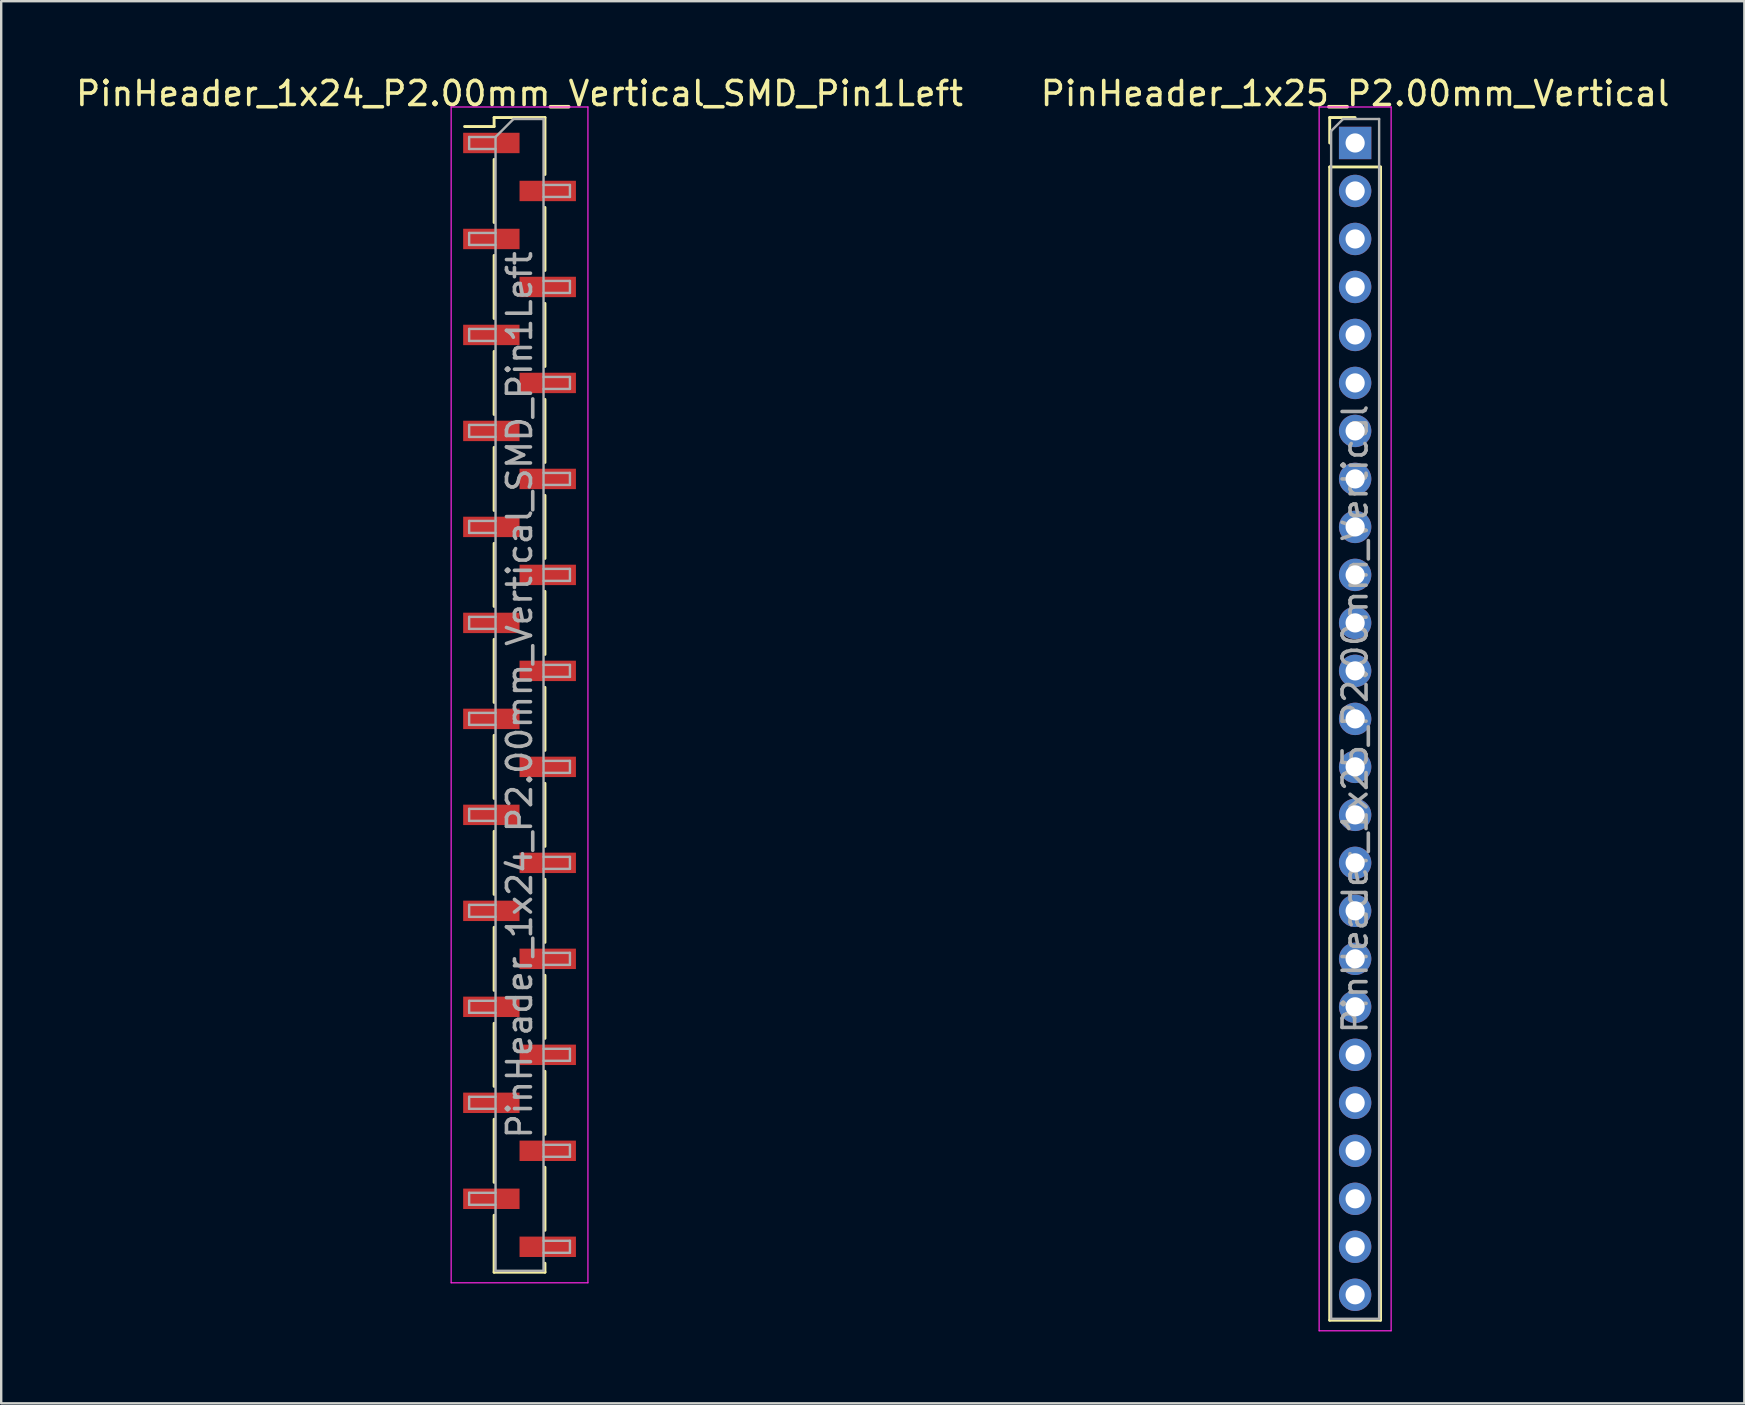
<source format=kicad_pcb>
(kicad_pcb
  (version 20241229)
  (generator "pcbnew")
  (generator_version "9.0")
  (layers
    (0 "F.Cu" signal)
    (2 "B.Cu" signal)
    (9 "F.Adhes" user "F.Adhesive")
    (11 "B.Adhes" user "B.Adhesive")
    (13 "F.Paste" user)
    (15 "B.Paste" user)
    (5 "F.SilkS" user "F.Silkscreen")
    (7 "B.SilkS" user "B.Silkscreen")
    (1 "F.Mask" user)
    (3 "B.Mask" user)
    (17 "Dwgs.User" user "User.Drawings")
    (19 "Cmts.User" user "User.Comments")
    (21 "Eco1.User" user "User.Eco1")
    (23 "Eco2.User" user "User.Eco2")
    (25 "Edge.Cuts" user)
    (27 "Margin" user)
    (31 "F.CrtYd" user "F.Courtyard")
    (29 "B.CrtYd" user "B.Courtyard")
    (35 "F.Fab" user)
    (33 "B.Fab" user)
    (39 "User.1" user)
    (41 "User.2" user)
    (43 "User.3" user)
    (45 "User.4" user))
  (footprint "PinHeader_1x25_P2.00mm_Vertical"
    (layer "F.Cu")
    (at 53.423 2.908)
    (property "Reference" "PinHeader_1x25_P2.00mm_Vertical" (at 0 -2.06 0) (layer "F.SilkS") (effects (font (size 1 1) (thickness 0.15))))
    (attr through_hole)
    (fp_line (start -1.06 -1.06) (end 0 -1.06) (stroke (width 0.12) (type solid)) (layer "F.SilkS"))
    (fp_line (start -1.06 0) (end -1.06 -1.06) (stroke (width 0.12) (type solid)) (layer "F.SilkS"))
    (fp_line (start -1.06 1) (end -1.06 49.06) (stroke (width 0.12) (type solid)) (layer "F.SilkS"))
    (fp_line (start -1.06 1) (end 1.06 1) (stroke (width 0.12) (type solid)) (layer "F.SilkS"))
    (fp_line (start -1.06 49.06) (end 1.06 49.06) (stroke (width 0.12) (type solid)) (layer "F.SilkS"))
    (fp_line (start 1.06 1) (end 1.06 49.06) (stroke (width 0.12) (type solid)) (layer "F.SilkS"))
    (fp_line (start -1.5 -1.5) (end -1.5 49.5) (stroke (width 0.05) (type solid)) (layer "F.CrtYd"))
    (fp_line (start -1.5 49.5) (end 1.5 49.5) (stroke (width 0.05) (type solid)) (layer "F.CrtYd"))
    (fp_line (start 1.5 -1.5) (end -1.5 -1.5) (stroke (width 0.05) (type solid)) (layer "F.CrtYd"))
    (fp_line (start 1.5 49.5) (end 1.5 -1.5) (stroke (width 0.05) (type solid)) (layer "F.CrtYd"))
    (fp_line (start -1 -0.5) (end -0.5 -1) (stroke (width 0.1) (type solid)) (layer "F.Fab"))
    (fp_line (start -1 49) (end -1 -0.5) (stroke (width 0.1) (type solid)) (layer "F.Fab"))
    (fp_line (start -0.5 -1) (end 1 -1) (stroke (width 0.1) (type solid)) (layer "F.Fab"))
    (fp_line (start 1 -1) (end 1 49) (stroke (width 0.1) (type solid)) (layer "F.Fab"))
    (fp_line (start 1 49) (end -1 49) (stroke (width 0.1) (type solid)) (layer "F.Fab"))
    (fp_text user "${REFERENCE}" (at 0 24 90) (layer "F.Fab") (effects (font (size 1 1) (thickness 0.15))))
    (pad "1" thru_hole rect (at 0 0) (size 1.35 1.35) (drill 0.8) (layers "*.Cu" "*.Mask"))
    (pad "2" thru_hole oval (at 0 2) (size 1.35 1.35) (drill 0.8) (layers "*.Cu" "*.Mask"))
    (pad "3" thru_hole oval (at 0 4) (size 1.35 1.35) (drill 0.8) (layers "*.Cu" "*.Mask"))
    (pad "4" thru_hole oval (at 0 6) (size 1.35 1.35) (drill 0.8) (layers "*.Cu" "*.Mask"))
    (pad "5" thru_hole oval (at 0 8) (size 1.35 1.35) (drill 0.8) (layers "*.Cu" "*.Mask"))
    (pad "6" thru_hole oval (at 0 10) (size 1.35 1.35) (drill 0.8) (layers "*.Cu" "*.Mask"))
    (pad "7" thru_hole oval (at 0 12) (size 1.35 1.35) (drill 0.8) (layers "*.Cu" "*.Mask"))
    (pad "8" thru_hole oval (at 0 14) (size 1.35 1.35) (drill 0.8) (layers "*.Cu" "*.Mask"))
    (pad "9" thru_hole oval (at 0 16) (size 1.35 1.35) (drill 0.8) (layers "*.Cu" "*.Mask"))
    (pad "10" thru_hole oval (at 0 18) (size 1.35 1.35) (drill 0.8) (layers "*.Cu" "*.Mask"))
    (pad "11" thru_hole oval (at 0 20) (size 1.35 1.35) (drill 0.8) (layers "*.Cu" "*.Mask"))
    (pad "12" thru_hole oval (at 0 22) (size 1.35 1.35) (drill 0.8) (layers "*.Cu" "*.Mask"))
    (pad "13" thru_hole oval (at 0 24) (size 1.35 1.35) (drill 0.8) (layers "*.Cu" "*.Mask"))
    (pad "14" thru_hole oval (at 0 26) (size 1.35 1.35) (drill 0.8) (layers "*.Cu" "*.Mask"))
    (pad "15" thru_hole oval (at 0 28) (size 1.35 1.35) (drill 0.8) (layers "*.Cu" "*.Mask"))
    (pad "16" thru_hole oval (at 0 30) (size 1.35 1.35) (drill 0.8) (layers "*.Cu" "*.Mask"))
    (pad "17" thru_hole oval (at 0 32) (size 1.35 1.35) (drill 0.8) (layers "*.Cu" "*.Mask"))
    (pad "18" thru_hole oval (at 0 34) (size 1.35 1.35) (drill 0.8) (layers "*.Cu" "*.Mask"))
    (pad "19" thru_hole oval (at 0 36) (size 1.35 1.35) (drill 0.8) (layers "*.Cu" "*.Mask"))
    (pad "20" thru_hole oval (at 0 38) (size 1.35 1.35) (drill 0.8) (layers "*.Cu" "*.Mask"))
    (pad "21" thru_hole oval (at 0 40) (size 1.35 1.35) (drill 0.8) (layers "*.Cu" "*.Mask"))
    (pad "22" thru_hole oval (at 0 42) (size 1.35 1.35) (drill 0.8) (layers "*.Cu" "*.Mask"))
    (pad "23" thru_hole oval (at 0 44) (size 1.35 1.35) (drill 0.8) (layers "*.Cu" "*.Mask"))
    (pad "24" thru_hole oval (at 0 46) (size 1.35 1.35) (drill 0.8) (layers "*.Cu" "*.Mask"))
    (pad "25" thru_hole oval (at 0 48) (size 1.35 1.35) (drill 0.8) (layers "*.Cu" "*.Mask")))
  (footprint "PinHeader_1x24_P2.00mm_Vertical_SMD_Pin1Left"
    (layer "F.Cu")
    (at 18.601 25.908)
    (property "Reference" "PinHeader_1x24_P2.00mm_Vertical_SMD_Pin1Left" (at 0 -25.06 0) (layer "F.SilkS") (effects (font (size 1 1) (thickness 0.15))))
    (attr smd)
    (fp_line (start -1.06 -24.06) (end -1.06 -23.685) (stroke (width 0.12) (type solid)) (layer "F.SilkS"))
    (fp_line (start -1.06 -24.06) (end 1.06 -24.06) (stroke (width 0.12) (type solid)) (layer "F.SilkS"))
    (fp_line (start -1.06 -23.685) (end -2.29 -23.685) (stroke (width 0.12) (type solid)) (layer "F.SilkS"))
    (fp_line (start -1.06 -22.315) (end -1.06 -19.685) (stroke (width 0.12) (type solid)) (layer "F.SilkS"))
    (fp_line (start -1.06 -18.315) (end -1.06 -15.685) (stroke (width 0.12) (type solid)) (layer "F.SilkS"))
    (fp_line (start -1.06 -14.315) (end -1.06 -11.685) (stroke (width 0.12) (type solid)) (layer "F.SilkS"))
    (fp_line (start -1.06 -10.315) (end -1.06 -7.685) (stroke (width 0.12) (type solid)) (layer "F.SilkS"))
    (fp_line (start -1.06 -6.315) (end -1.06 -3.685) (stroke (width 0.12) (type solid)) (layer "F.SilkS"))
    (fp_line (start -1.06 -2.315) (end -1.06 0.315) (stroke (width 0.12) (type solid)) (layer "F.SilkS"))
    (fp_line (start -1.06 1.685) (end -1.06 4.315) (stroke (width 0.12) (type solid)) (layer "F.SilkS"))
    (fp_line (start -1.06 5.685) (end -1.06 8.315) (stroke (width 0.12) (type solid)) (layer "F.SilkS"))
    (fp_line (start -1.06 9.685) (end -1.06 12.315) (stroke (width 0.12) (type solid)) (layer "F.SilkS"))
    (fp_line (start -1.06 13.685) (end -1.06 16.315) (stroke (width 0.12) (type solid)) (layer "F.SilkS"))
    (fp_line (start -1.06 17.685) (end -1.06 20.315) (stroke (width 0.12) (type solid)) (layer "F.SilkS"))
    (fp_line (start -1.06 21.685) (end -1.06 24.06) (stroke (width 0.12) (type solid)) (layer "F.SilkS"))
    (fp_line (start -1.06 24.06) (end 1.06 24.06) (stroke (width 0.12) (type solid)) (layer "F.SilkS"))
    (fp_line (start 1.06 -24.06) (end 1.06 -21.685) (stroke (width 0.12) (type solid)) (layer "F.SilkS"))
    (fp_line (start 1.06 -20.315) (end 1.06 -17.685) (stroke (width 0.12) (type solid)) (layer "F.SilkS"))
    (fp_line (start 1.06 -16.315) (end 1.06 -13.685) (stroke (width 0.12) (type solid)) (layer "F.SilkS"))
    (fp_line (start 1.06 -12.315) (end 1.06 -9.685) (stroke (width 0.12) (type solid)) (layer "F.SilkS"))
    (fp_line (start 1.06 -8.315) (end 1.06 -5.685) (stroke (width 0.12) (type solid)) (layer "F.SilkS"))
    (fp_line (start 1.06 -4.315) (end 1.06 -1.685) (stroke (width 0.12) (type solid)) (layer "F.SilkS"))
    (fp_line (start 1.06 -0.315) (end 1.06 2.315) (stroke (width 0.12) (type solid)) (layer "F.SilkS"))
    (fp_line (start 1.06 3.685) (end 1.06 6.315) (stroke (width 0.12) (type solid)) (layer "F.SilkS"))
    (fp_line (start 1.06 7.685) (end 1.06 10.315) (stroke (width 0.12) (type solid)) (layer "F.SilkS"))
    (fp_line (start 1.06 11.685) (end 1.06 14.315) (stroke (width 0.12) (type solid)) (layer "F.SilkS"))
    (fp_line (start 1.06 15.685) (end 1.06 18.315) (stroke (width 0.12) (type solid)) (layer "F.SilkS"))
    (fp_line (start 1.06 19.685) (end 1.06 22.315) (stroke (width 0.12) (type solid)) (layer "F.SilkS"))
    (fp_line (start 1.06 23.685) (end 1.06 24.06) (stroke (width 0.12) (type solid)) (layer "F.SilkS"))
    (fp_line (start -2.85 -24.5) (end -2.85 24.5) (stroke (width 0.05) (type solid)) (layer "F.CrtYd"))
    (fp_line (start -2.85 24.5) (end 2.85 24.5) (stroke (width 0.05) (type solid)) (layer "F.CrtYd"))
    (fp_line (start 2.85 -24.5) (end -2.85 -24.5) (stroke (width 0.05) (type solid)) (layer "F.CrtYd"))
    (fp_line (start 2.85 24.5) (end 2.85 -24.5) (stroke (width 0.05) (type solid)) (layer "F.CrtYd"))
    (fp_line (start -2.1 -23.25) (end -2.1 -22.75) (stroke (width 0.1) (type solid)) (layer "F.Fab"))
    (fp_line (start -2.1 -22.75) (end -1 -22.75) (stroke (width 0.1) (type solid)) (layer "F.Fab"))
    (fp_line (start -2.1 -19.25) (end -2.1 -18.75) (stroke (width 0.1) (type solid)) (layer "F.Fab"))
    (fp_line (start -2.1 -18.75) (end -1 -18.75) (stroke (width 0.1) (type solid)) (layer "F.Fab"))
    (fp_line (start -2.1 -15.25) (end -2.1 -14.75) (stroke (width 0.1) (type solid)) (layer "F.Fab"))
    (fp_line (start -2.1 -14.75) (end -1 -14.75) (stroke (width 0.1) (type solid)) (layer "F.Fab"))
    (fp_line (start -2.1 -11.25) (end -2.1 -10.75) (stroke (width 0.1) (type solid)) (layer "F.Fab"))
    (fp_line (start -2.1 -10.75) (end -1 -10.75) (stroke (width 0.1) (type solid)) (layer "F.Fab"))
    (fp_line (start -2.1 -7.25) (end -2.1 -6.75) (stroke (width 0.1) (type solid)) (layer "F.Fab"))
    (fp_line (start -2.1 -6.75) (end -1 -6.75) (stroke (width 0.1) (type solid)) (layer "F.Fab"))
    (fp_line (start -2.1 -3.25) (end -2.1 -2.75) (stroke (width 0.1) (type solid)) (layer "F.Fab"))
    (fp_line (start -2.1 -2.75) (end -1 -2.75) (stroke (width 0.1) (type solid)) (layer "F.Fab"))
    (fp_line (start -2.1 0.75) (end -2.1 1.25) (stroke (width 0.1) (type solid)) (layer "F.Fab"))
    (fp_line (start -2.1 1.25) (end -1 1.25) (stroke (width 0.1) (type solid)) (layer "F.Fab"))
    (fp_line (start -2.1 4.75) (end -2.1 5.25) (stroke (width 0.1) (type solid)) (layer "F.Fab"))
    (fp_line (start -2.1 5.25) (end -1 5.25) (stroke (width 0.1) (type solid)) (layer "F.Fab"))
    (fp_line (start -2.1 8.75) (end -2.1 9.25) (stroke (width 0.1) (type solid)) (layer "F.Fab"))
    (fp_line (start -2.1 9.25) (end -1 9.25) (stroke (width 0.1) (type solid)) (layer "F.Fab"))
    (fp_line (start -2.1 12.75) (end -2.1 13.25) (stroke (width 0.1) (type solid)) (layer "F.Fab"))
    (fp_line (start -2.1 13.25) (end -1 13.25) (stroke (width 0.1) (type solid)) (layer "F.Fab"))
    (fp_line (start -2.1 16.75) (end -2.1 17.25) (stroke (width 0.1) (type solid)) (layer "F.Fab"))
    (fp_line (start -2.1 17.25) (end -1 17.25) (stroke (width 0.1) (type solid)) (layer "F.Fab"))
    (fp_line (start -2.1 20.75) (end -2.1 21.25) (stroke (width 0.1) (type solid)) (layer "F.Fab"))
    (fp_line (start -2.1 21.25) (end -1 21.25) (stroke (width 0.1) (type solid)) (layer "F.Fab"))
    (fp_line (start -1 -23.25) (end -2.1 -23.25) (stroke (width 0.1) (type solid)) (layer "F.Fab"))
    (fp_line (start -1 -23.25) (end -0.25 -24) (stroke (width 0.1) (type solid)) (layer "F.Fab"))
    (fp_line (start -1 -19.25) (end -2.1 -19.25) (stroke (width 0.1) (type solid)) (layer "F.Fab"))
    (fp_line (start -1 -15.25) (end -2.1 -15.25) (stroke (width 0.1) (type solid)) (layer "F.Fab"))
    (fp_line (start -1 -11.25) (end -2.1 -11.25) (stroke (width 0.1) (type solid)) (layer "F.Fab"))
    (fp_line (start -1 -7.25) (end -2.1 -7.25) (stroke (width 0.1) (type solid)) (layer "F.Fab"))
    (fp_line (start -1 -3.25) (end -2.1 -3.25) (stroke (width 0.1) (type solid)) (layer "F.Fab"))
    (fp_line (start -1 0.75) (end -2.1 0.75) (stroke (width 0.1) (type solid)) (layer "F.Fab"))
    (fp_line (start -1 4.75) (end -2.1 4.75) (stroke (width 0.1) (type solid)) (layer "F.Fab"))
    (fp_line (start -1 8.75) (end -2.1 8.75) (stroke (width 0.1) (type solid)) (layer "F.Fab"))
    (fp_line (start -1 12.75) (end -2.1 12.75) (stroke (width 0.1) (type solid)) (layer "F.Fab"))
    (fp_line (start -1 16.75) (end -2.1 16.75) (stroke (width 0.1) (type solid)) (layer "F.Fab"))
    (fp_line (start -1 20.75) (end -2.1 20.75) (stroke (width 0.1) (type solid)) (layer "F.Fab"))
    (fp_line (start -1 24) (end -1 -23.25) (stroke (width 0.1) (type solid)) (layer "F.Fab"))
    (fp_line (start -0.25 -24) (end 1 -24) (stroke (width 0.1) (type solid)) (layer "F.Fab"))
    (fp_line (start 1 -24) (end 1 24) (stroke (width 0.1) (type solid)) (layer "F.Fab"))
    (fp_line (start 1 -21.25) (end 2.1 -21.25) (stroke (width 0.1) (type solid)) (layer "F.Fab"))
    (fp_line (start 1 -17.25) (end 2.1 -17.25) (stroke (width 0.1) (type solid)) (layer "F.Fab"))
    (fp_line (start 1 -13.25) (end 2.1 -13.25) (stroke (width 0.1) (type solid)) (layer "F.Fab"))
    (fp_line (start 1 -9.25) (end 2.1 -9.25) (stroke (width 0.1) (type solid)) (layer "F.Fab"))
    (fp_line (start 1 -5.25) (end 2.1 -5.25) (stroke (width 0.1) (type solid)) (layer "F.Fab"))
    (fp_line (start 1 -1.25) (end 2.1 -1.25) (stroke (width 0.1) (type solid)) (layer "F.Fab"))
    (fp_line (start 1 2.75) (end 2.1 2.75) (stroke (width 0.1) (type solid)) (layer "F.Fab"))
    (fp_line (start 1 6.75) (end 2.1 6.75) (stroke (width 0.1) (type solid)) (layer "F.Fab"))
    (fp_line (start 1 10.75) (end 2.1 10.75) (stroke (width 0.1) (type solid)) (layer "F.Fab"))
    (fp_line (start 1 14.75) (end 2.1 14.75) (stroke (width 0.1) (type solid)) (layer "F.Fab"))
    (fp_line (start 1 18.75) (end 2.1 18.75) (stroke (width 0.1) (type solid)) (layer "F.Fab"))
    (fp_line (start 1 22.75) (end 2.1 22.75) (stroke (width 0.1) (type solid)) (layer "F.Fab"))
    (fp_line (start 1 24) (end -1 24) (stroke (width 0.1) (type solid)) (layer "F.Fab"))
    (fp_line (start 2.1 -21.25) (end 2.1 -20.75) (stroke (width 0.1) (type solid)) (layer "F.Fab"))
    (fp_line (start 2.1 -20.75) (end 1 -20.75) (stroke (width 0.1) (type solid)) (layer "F.Fab"))
    (fp_line (start 2.1 -17.25) (end 2.1 -16.75) (stroke (width 0.1) (type solid)) (layer "F.Fab"))
    (fp_line (start 2.1 -16.75) (end 1 -16.75) (stroke (width 0.1) (type solid)) (layer "F.Fab"))
    (fp_line (start 2.1 -13.25) (end 2.1 -12.75) (stroke (width 0.1) (type solid)) (layer "F.Fab"))
    (fp_line (start 2.1 -12.75) (end 1 -12.75) (stroke (width 0.1) (type solid)) (layer "F.Fab"))
    (fp_line (start 2.1 -9.25) (end 2.1 -8.75) (stroke (width 0.1) (type solid)) (layer "F.Fab"))
    (fp_line (start 2.1 -8.75) (end 1 -8.75) (stroke (width 0.1) (type solid)) (layer "F.Fab"))
    (fp_line (start 2.1 -5.25) (end 2.1 -4.75) (stroke (width 0.1) (type solid)) (layer "F.Fab"))
    (fp_line (start 2.1 -4.75) (end 1 -4.75) (stroke (width 0.1) (type solid)) (layer "F.Fab"))
    (fp_line (start 2.1 -1.25) (end 2.1 -0.75) (stroke (width 0.1) (type solid)) (layer "F.Fab"))
    (fp_line (start 2.1 -0.75) (end 1 -0.75) (stroke (width 0.1) (type solid)) (layer "F.Fab"))
    (fp_line (start 2.1 2.75) (end 2.1 3.25) (stroke (width 0.1) (type solid)) (layer "F.Fab"))
    (fp_line (start 2.1 3.25) (end 1 3.25) (stroke (width 0.1) (type solid)) (layer "F.Fab"))
    (fp_line (start 2.1 6.75) (end 2.1 7.25) (stroke (width 0.1) (type solid)) (layer "F.Fab"))
    (fp_line (start 2.1 7.25) (end 1 7.25) (stroke (width 0.1) (type solid)) (layer "F.Fab"))
    (fp_line (start 2.1 10.75) (end 2.1 11.25) (stroke (width 0.1) (type solid)) (layer "F.Fab"))
    (fp_line (start 2.1 11.25) (end 1 11.25) (stroke (width 0.1) (type solid)) (layer "F.Fab"))
    (fp_line (start 2.1 14.75) (end 2.1 15.25) (stroke (width 0.1) (type solid)) (layer "F.Fab"))
    (fp_line (start 2.1 15.25) (end 1 15.25) (stroke (width 0.1) (type solid)) (layer "F.Fab"))
    (fp_line (start 2.1 18.75) (end 2.1 19.25) (stroke (width 0.1) (type solid)) (layer "F.Fab"))
    (fp_line (start 2.1 19.25) (end 1 19.25) (stroke (width 0.1) (type solid)) (layer "F.Fab"))
    (fp_line (start 2.1 22.75) (end 2.1 23.25) (stroke (width 0.1) (type solid)) (layer "F.Fab"))
    (fp_line (start 2.1 23.25) (end 1 23.25) (stroke (width 0.1) (type solid)) (layer "F.Fab"))
    (fp_text user "${REFERENCE}" (at 0 0 90) (layer "F.Fab") (effects (font (size 1 1) (thickness 0.15))))
    (pad "1" smd rect (at -1.175 -23) (size 2.35 0.85) (layers "F.Cu" "F.Mask" "F.Paste"))
    (pad "2" smd rect (at 1.175 -21) (size 2.35 0.85) (layers "F.Cu" "F.Mask" "F.Paste"))
    (pad "3" smd rect (at -1.175 -19) (size 2.35 0.85) (layers "F.Cu" "F.Mask" "F.Paste"))
    (pad "4" smd rect (at 1.175 -17) (size 2.35 0.85) (layers "F.Cu" "F.Mask" "F.Paste"))
    (pad "5" smd rect (at -1.175 -15) (size 2.35 0.85) (layers "F.Cu" "F.Mask" "F.Paste"))
    (pad "6" smd rect (at 1.175 -13) (size 2.35 0.85) (layers "F.Cu" "F.Mask" "F.Paste"))
    (pad "7" smd rect (at -1.175 -11) (size 2.35 0.85) (layers "F.Cu" "F.Mask" "F.Paste"))
    (pad "8" smd rect (at 1.175 -9) (size 2.35 0.85) (layers "F.Cu" "F.Mask" "F.Paste"))
    (pad "9" smd rect (at -1.175 -7) (size 2.35 0.85) (layers "F.Cu" "F.Mask" "F.Paste"))
    (pad "10" smd rect (at 1.175 -5) (size 2.35 0.85) (layers "F.Cu" "F.Mask" "F.Paste"))
    (pad "11" smd rect (at -1.175 -3) (size 2.35 0.85) (layers "F.Cu" "F.Mask" "F.Paste"))
    (pad "12" smd rect (at 1.175 -1) (size 2.35 0.85) (layers "F.Cu" "F.Mask" "F.Paste"))
    (pad "13" smd rect (at -1.175 1) (size 2.35 0.85) (layers "F.Cu" "F.Mask" "F.Paste"))
    (pad "14" smd rect (at 1.175 3) (size 2.35 0.85) (layers "F.Cu" "F.Mask" "F.Paste"))
    (pad "15" smd rect (at -1.175 5) (size 2.35 0.85) (layers "F.Cu" "F.Mask" "F.Paste"))
    (pad "16" smd rect (at 1.175 7) (size 2.35 0.85) (layers "F.Cu" "F.Mask" "F.Paste"))
    (pad "17" smd rect (at -1.175 9) (size 2.35 0.85) (layers "F.Cu" "F.Mask" "F.Paste"))
    (pad "18" smd rect (at 1.175 11) (size 2.35 0.85) (layers "F.Cu" "F.Mask" "F.Paste"))
    (pad "19" smd rect (at -1.175 13) (size 2.35 0.85) (layers "F.Cu" "F.Mask" "F.Paste"))
    (pad "20" smd rect (at 1.175 15) (size 2.35 0.85) (layers "F.Cu" "F.Mask" "F.Paste"))
    (pad "21" smd rect (at -1.175 17) (size 2.35 0.85) (layers "F.Cu" "F.Mask" "F.Paste"))
    (pad "22" smd rect (at 1.175 19) (size 2.35 0.85) (layers "F.Cu" "F.Mask" "F.Paste"))
    (pad "23" smd rect (at -1.175 21) (size 2.35 0.85) (layers "F.Cu" "F.Mask" "F.Paste"))
    (pad "24" smd rect (at 1.175 23) (size 2.35 0.85) (layers "F.Cu" "F.Mask" "F.Paste")))
  (gr_rect
    (start -3 -3)
    (end 69.643 55.433)
    (stroke (width 0.1) (type default))
    (fill no)
    (layer "Edge.Cuts")))
</source>
